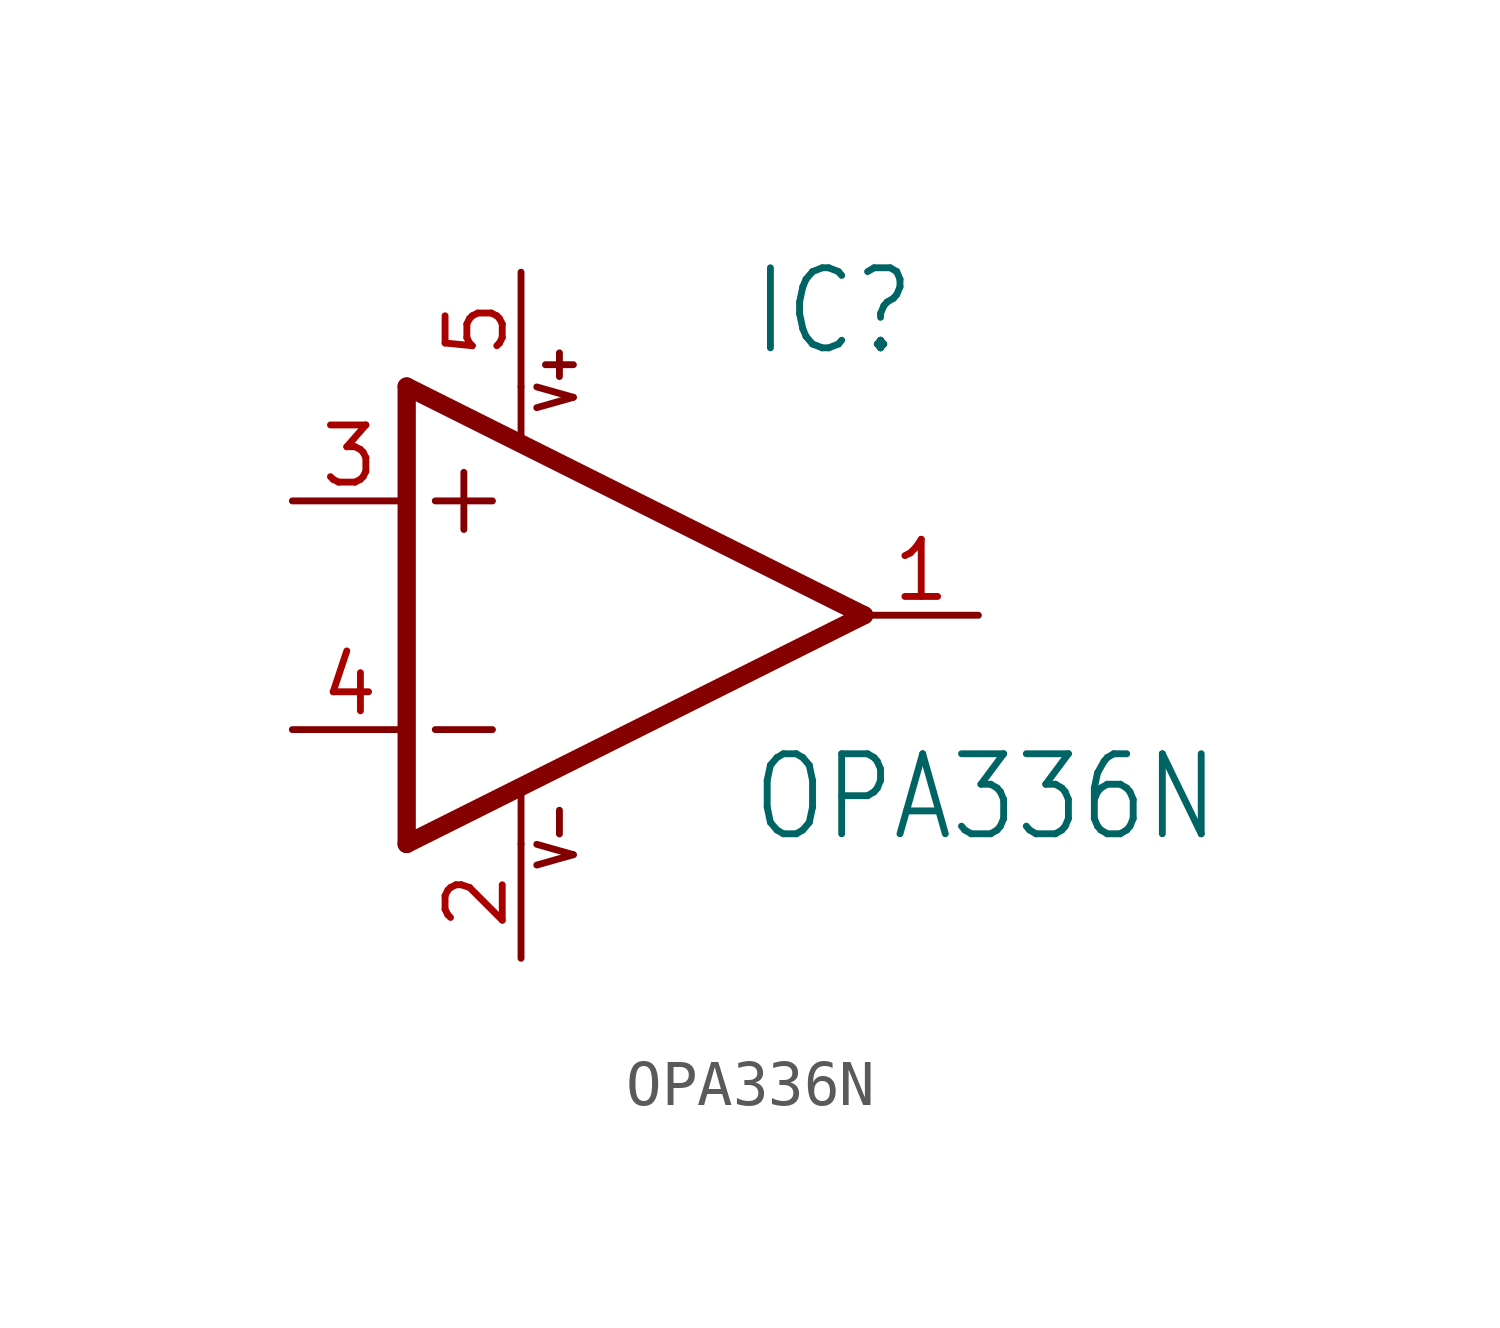
<source format=kicad_sym>
(kicad_symbol_lib
  (version 20201005)
  (generator kicad_symbol_editor)
  (symbol "OPA336N"
    (property "Reference" "IC"
      (at 2.54 5.715 0)
      (effects (font (size 1.778 1.511)) (justify left bottom)))
    (property "Value" "OPA336N"
      (at 2.54 -5.08 0)
      (effects (font (size 1.778 1.511)) (justify left bottom)))
    (property "ki_locked" ""
      (at 0 0 0)
      (effects (font (size 1.27 1.27))))
    (symbol "OPA336N_1_0"
      (text "V+" (at -1.27 4.445 900) (effects (font (size 0.813 0.691)) (justify left bottom)))
      (text "V-" (at -1.27 -5.715 900) (effects (font (size 0.813 0.691)) (justify left bottom)))
      (polyline (pts (xy -3.81 3.175) (xy -3.81 1.905)) (stroke (width 0.152)) (fill (type none)))
      (polyline (pts (xy -4.445 2.54) (xy -3.175 2.54)) (stroke (width 0.152)) (fill (type none)))
      (polyline (pts (xy -4.445 -2.54) (xy -3.175 -2.54)) (stroke (width 0.152)) (fill (type none)))
      (polyline (pts (xy -2.54 5.08) (xy -2.54 3.886)) (stroke (width 0.152)) (fill (type none)))
      (polyline (pts (xy -2.54 -3.912) (xy -2.54 -5.08)) (stroke (width 0.152)) (fill (type none)))
      (polyline (pts (xy 5.08 0) (xy -5.08 5.08)) (stroke (width 0.406)) (fill (type none)))
      (polyline (pts (xy -5.08 5.08) (xy -5.08 -5.08)) (stroke (width 0.406)) (fill (type none)))
      (polyline (pts (xy -5.08 -5.08) (xy 5.08 0)) (stroke (width 0.406)) (fill (type none)))
      (pin input line (at -7.62 -2.54 0) (length 2.54) (name "-IN" (effects (font (size 0 0)))) (number "4" (effects (font (size 1.27 1.27)))))
      (pin input line (at -7.62 2.54 0) (length 2.54) (name "+IN" (effects (font (size 0 0)))) (number "3" (effects (font (size 1.27 1.27)))))
      (pin output line (at 7.62 0 180) (length 2.54) (name "OUT" (effects (font (size 0 0)))) (number "1" (effects (font (size 1.27 1.27)))))
      (pin power_in line (at -2.54 7.62 270) (length 2.54) (name "V+" (effects (font (size 0 0)))) (number "5" (effects (font (size 1.27 1.27)))))
      (pin power_in line (at -2.54 -7.62 90) (length 2.54) (name "V-" (effects (font (size 0 0)))) (number "2" (effects (font (size 1.27 1.27))))))))
</source>
